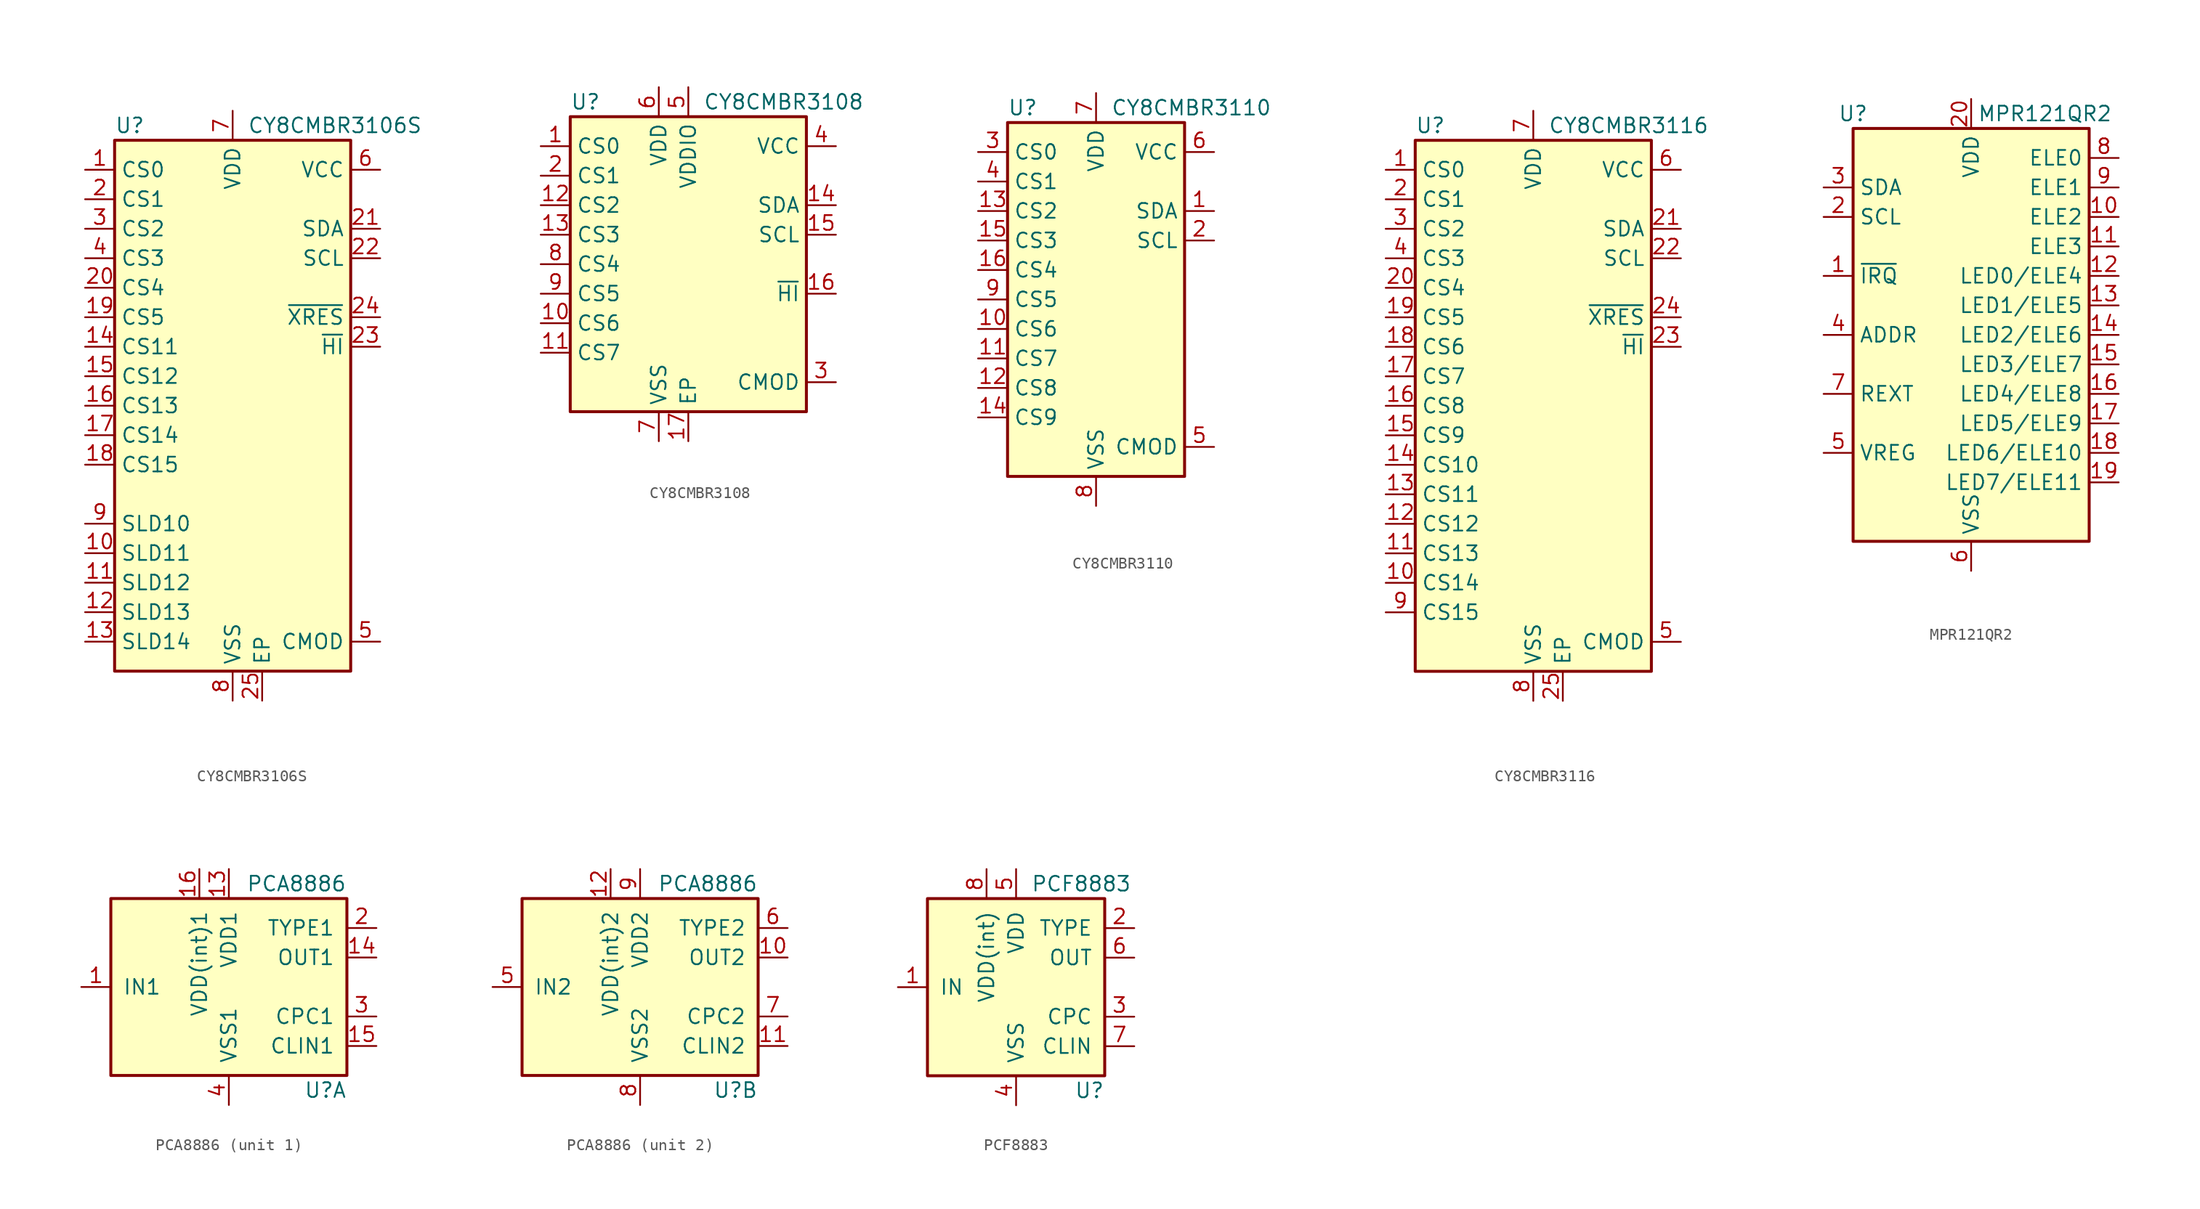
<source format=kicad_sym>
(kicad_symbol_lib
  (version 20201005)
  (generator kicad_symbol_editor)
  (symbol "Sensor_Touch:CY8CMBR3106S"
    (property "Reference" "U"
      (at -10.16 24.13 0)
      (effects (font (size 1.27 1.27)) (justify left)))
    (property "Value" "CY8CMBR3106S"
      (at 1.27 24.13 0)
      (effects (font (size 1.27 1.27)) (justify left)))
    (symbol "CY8CMBR3106S_0_1"
      (rectangle (start -10.16 22.86) (end 10.16 -22.86) (stroke (width 0.254)) (fill (type background))))
    (symbol "CY8CMBR3106S_1_1"
      (pin passive line (at -12.7 20.32 0) (length 2.54) (name "CS0" (effects (font (size 1.27 1.27)))) (number "1" (effects (font (size 1.27 1.27)))))
      (pin passive line (at -12.7 -12.7 0) (length 2.54) (name "SLD11" (effects (font (size 1.27 1.27)))) (number "10" (effects (font (size 1.27 1.27)))))
      (pin passive line (at -12.7 -15.24 0) (length 2.54) (name "SLD12" (effects (font (size 1.27 1.27)))) (number "11" (effects (font (size 1.27 1.27)))))
      (pin passive line (at -12.7 -17.78 0) (length 2.54) (name "SLD13" (effects (font (size 1.27 1.27)))) (number "12" (effects (font (size 1.27 1.27)))))
      (pin passive line (at -12.7 -20.32 0) (length 2.54) (name "SLD14" (effects (font (size 1.27 1.27)))) (number "13" (effects (font (size 1.27 1.27)))))
      (pin passive line (at -12.7 5.08 0) (length 2.54) (name "CS11" (effects (font (size 1.27 1.27)))) (number "14" (effects (font (size 1.27 1.27)))))
      (pin passive line (at -12.7 2.54 0) (length 2.54) (name "CS12" (effects (font (size 1.27 1.27)))) (number "15" (effects (font (size 1.27 1.27)))))
      (pin passive line (at -12.7 0 0) (length 2.54) (name "CS13" (effects (font (size 1.27 1.27)))) (number "16" (effects (font (size 1.27 1.27)))))
      (pin passive line (at -12.7 -2.54 0) (length 2.54) (name "CS14" (effects (font (size 1.27 1.27)))) (number "17" (effects (font (size 1.27 1.27)))))
      (pin passive line (at -12.7 -5.08 0) (length 2.54) (name "CS15" (effects (font (size 1.27 1.27)))) (number "18" (effects (font (size 1.27 1.27)))))
      (pin passive line (at -12.7 7.62 0) (length 2.54) (name "CS5" (effects (font (size 1.27 1.27)))) (number "19" (effects (font (size 1.27 1.27)))))
      (pin passive line (at -12.7 17.78 0) (length 2.54) (name "CS1" (effects (font (size 1.27 1.27)))) (number "2" (effects (font (size 1.27 1.27)))))
      (pin passive line (at -12.7 10.16 0) (length 2.54) (name "CS4" (effects (font (size 1.27 1.27)))) (number "20" (effects (font (size 1.27 1.27)))))
      (pin bidirectional line (at 12.7 15.24 180) (length 2.54) (name "SDA" (effects (font (size 1.27 1.27)))) (number "21" (effects (font (size 1.27 1.27)))))
      (pin input line (at 12.7 12.7 180) (length 2.54) (name "SCL" (effects (font (size 1.27 1.27)))) (number "22" (effects (font (size 1.27 1.27)))))
      (pin bidirectional line (at 12.7 5.08 180) (length 2.54) (name "~HI" (effects (font (size 1.27 1.27)))) (number "23" (effects (font (size 1.27 1.27)))))
      (pin input line (at 12.7 7.62 180) (length 2.54) (name "~XRES" (effects (font (size 1.27 1.27)))) (number "24" (effects (font (size 1.27 1.27)))))
      (pin passive line (at 2.54 -25.4 90) (length 2.54) (name "EP" (effects (font (size 1.27 1.27)))) (number "25" (effects (font (size 1.27 1.27)))))
      (pin passive line (at -12.7 15.24 0) (length 2.54) (name "CS2" (effects (font (size 1.27 1.27)))) (number "3" (effects (font (size 1.27 1.27)))))
      (pin passive line (at -12.7 12.7 0) (length 2.54) (name "CS3" (effects (font (size 1.27 1.27)))) (number "4" (effects (font (size 1.27 1.27)))))
      (pin passive line (at 12.7 -20.32 180) (length 2.54) (name "CMOD" (effects (font (size 1.27 1.27)))) (number "5" (effects (font (size 1.27 1.27)))))
      (pin passive line (at 12.7 20.32 180) (length 2.54) (name "VCC" (effects (font (size 1.27 1.27)))) (number "6" (effects (font (size 1.27 1.27)))))
      (pin power_in line (at 0 25.4 270) (length 2.54) (name "VDD" (effects (font (size 1.27 1.27)))) (number "7" (effects (font (size 1.27 1.27)))))
      (pin power_in line (at 0 -25.4 90) (length 2.54) (name "VSS" (effects (font (size 1.27 1.27)))) (number "8" (effects (font (size 1.27 1.27)))))
      (pin passive line (at -12.7 -10.16 0) (length 2.54) (name "SLD10" (effects (font (size 1.27 1.27)))) (number "9" (effects (font (size 1.27 1.27)))))))
  (symbol "Sensor_Touch:CY8CMBR3108"
    (property "Reference" "U"
      (at -10.16 13.97 0)
      (effects (font (size 1.27 1.27)) (justify left)))
    (property "Value" "CY8CMBR3108"
      (at 1.27 13.97 0)
      (effects (font (size 1.27 1.27)) (justify left)))
    (symbol "CY8CMBR3108_0_1"
      (rectangle (start -10.16 12.7) (end 10.16 -12.7) (stroke (width 0.254)) (fill (type background))))
    (symbol "CY8CMBR3108_1_1"
      (pin passive line (at -12.7 10.16 0) (length 2.54) (name "CS0" (effects (font (size 1.27 1.27)))) (number "1" (effects (font (size 1.27 1.27)))))
      (pin passive line (at -12.7 -5.08 0) (length 2.54) (name "CS6" (effects (font (size 1.27 1.27)))) (number "10" (effects (font (size 1.27 1.27)))))
      (pin passive line (at -12.7 -7.62 0) (length 2.54) (name "CS7" (effects (font (size 1.27 1.27)))) (number "11" (effects (font (size 1.27 1.27)))))
      (pin passive line (at -12.7 5.08 0) (length 2.54) (name "CS2" (effects (font (size 1.27 1.27)))) (number "12" (effects (font (size 1.27 1.27)))))
      (pin passive line (at -12.7 2.54 0) (length 2.54) (name "CS3" (effects (font (size 1.27 1.27)))) (number "13" (effects (font (size 1.27 1.27)))))
      (pin bidirectional line (at 12.7 5.08 180) (length 2.54) (name "SDA" (effects (font (size 1.27 1.27)))) (number "14" (effects (font (size 1.27 1.27)))))
      (pin input line (at 12.7 2.54 180) (length 2.54) (name "SCL" (effects (font (size 1.27 1.27)))) (number "15" (effects (font (size 1.27 1.27)))))
      (pin bidirectional line (at 12.7 -2.54 180) (length 2.54) (name "~HI" (effects (font (size 1.27 1.27)))) (number "16" (effects (font (size 1.27 1.27)))))
      (pin passive line (at 0 -15.24 90) (length 2.54) (name "EP" (effects (font (size 1.27 1.27)))) (number "17" (effects (font (size 1.27 1.27)))))
      (pin passive line (at -12.7 7.62 0) (length 2.54) (name "CS1" (effects (font (size 1.27 1.27)))) (number "2" (effects (font (size 1.27 1.27)))))
      (pin passive line (at 12.7 -10.16 180) (length 2.54) (name "CMOD" (effects (font (size 1.27 1.27)))) (number "3" (effects (font (size 1.27 1.27)))))
      (pin passive line (at 12.7 10.16 180) (length 2.54) (name "VCC" (effects (font (size 1.27 1.27)))) (number "4" (effects (font (size 1.27 1.27)))))
      (pin power_in line (at 0 15.24 270) (length 2.54) (name "VDDIO" (effects (font (size 1.27 1.27)))) (number "5" (effects (font (size 1.27 1.27)))))
      (pin power_in line (at -2.54 15.24 270) (length 2.54) (name "VDD" (effects (font (size 1.27 1.27)))) (number "6" (effects (font (size 1.27 1.27)))))
      (pin power_in line (at -2.54 -15.24 90) (length 2.54) (name "VSS" (effects (font (size 1.27 1.27)))) (number "7" (effects (font (size 1.27 1.27)))))
      (pin passive line (at -12.7 0 0) (length 2.54) (name "CS4" (effects (font (size 1.27 1.27)))) (number "8" (effects (font (size 1.27 1.27)))))
      (pin passive line (at -12.7 -2.54 0) (length 2.54) (name "CS5" (effects (font (size 1.27 1.27)))) (number "9" (effects (font (size 1.27 1.27)))))))
  (symbol "Sensor_Touch:CY8CMBR3110"
    (property "Reference" "U"
      (at -7.62 16.51 0)
      (effects (font (size 1.27 1.27)) (justify left)))
    (property "Value" "CY8CMBR3110"
      (at 1.27 16.51 0)
      (effects (font (size 1.27 1.27)) (justify left)))
    (symbol "CY8CMBR3110_0_1"
      (rectangle (start -7.62 15.24) (end 7.62 -15.24) (stroke (width 0.254)) (fill (type background))))
    (symbol "CY8CMBR3110_1_1"
      (pin bidirectional line (at 10.16 7.62 180) (length 2.54) (name "SDA" (effects (font (size 1.27 1.27)))) (number "1" (effects (font (size 1.27 1.27)))))
      (pin passive line (at -10.16 -2.54 0) (length 2.54) (name "CS6" (effects (font (size 1.27 1.27)))) (number "10" (effects (font (size 1.27 1.27)))))
      (pin passive line (at -10.16 -5.08 0) (length 2.54) (name "CS7" (effects (font (size 1.27 1.27)))) (number "11" (effects (font (size 1.27 1.27)))))
      (pin passive line (at -10.16 -7.62 0) (length 2.54) (name "CS8" (effects (font (size 1.27 1.27)))) (number "12" (effects (font (size 1.27 1.27)))))
      (pin passive line (at -10.16 7.62 0) (length 2.54) (name "CS2" (effects (font (size 1.27 1.27)))) (number "13" (effects (font (size 1.27 1.27)))))
      (pin passive line (at -10.16 -10.16 0) (length 2.54) (name "CS9" (effects (font (size 1.27 1.27)))) (number "14" (effects (font (size 1.27 1.27)))))
      (pin passive line (at -10.16 5.08 0) (length 2.54) (name "CS3" (effects (font (size 1.27 1.27)))) (number "15" (effects (font (size 1.27 1.27)))))
      (pin passive line (at -10.16 2.54 0) (length 2.54) (name "CS4" (effects (font (size 1.27 1.27)))) (number "16" (effects (font (size 1.27 1.27)))))
      (pin input line (at 10.16 5.08 180) (length 2.54) (name "SCL" (effects (font (size 1.27 1.27)))) (number "2" (effects (font (size 1.27 1.27)))))
      (pin passive line (at -10.16 12.7 0) (length 2.54) (name "CS0" (effects (font (size 1.27 1.27)))) (number "3" (effects (font (size 1.27 1.27)))))
      (pin passive line (at -10.16 10.16 0) (length 2.54) (name "CS1" (effects (font (size 1.27 1.27)))) (number "4" (effects (font (size 1.27 1.27)))))
      (pin passive line (at 10.16 -12.7 180) (length 2.54) (name "CMOD" (effects (font (size 1.27 1.27)))) (number "5" (effects (font (size 1.27 1.27)))))
      (pin passive line (at 10.16 12.7 180) (length 2.54) (name "VCC" (effects (font (size 1.27 1.27)))) (number "6" (effects (font (size 1.27 1.27)))))
      (pin power_in line (at 0 17.78 270) (length 2.54) (name "VDD" (effects (font (size 1.27 1.27)))) (number "7" (effects (font (size 1.27 1.27)))))
      (pin power_in line (at 0 -17.78 90) (length 2.54) (name "VSS" (effects (font (size 1.27 1.27)))) (number "8" (effects (font (size 1.27 1.27)))))
      (pin passive line (at -10.16 0 0) (length 2.54) (name "CS5" (effects (font (size 1.27 1.27)))) (number "9" (effects (font (size 1.27 1.27)))))))
  (symbol "Sensor_Touch:CY8CMBR3116"
    (property "Reference" "U"
      (at -10.16 24.13 0)
      (effects (font (size 1.27 1.27)) (justify left)))
    (property "Value" "CY8CMBR3116"
      (at 1.27 24.13 0)
      (effects (font (size 1.27 1.27)) (justify left)))
    (symbol "CY8CMBR3116_0_1"
      (rectangle (start -10.16 22.86) (end 10.16 -22.86) (stroke (width 0.254)) (fill (type background))))
    (symbol "CY8CMBR3116_1_1"
      (pin passive line (at -12.7 20.32 0) (length 2.54) (name "CS0" (effects (font (size 1.27 1.27)))) (number "1" (effects (font (size 1.27 1.27)))))
      (pin passive line (at -12.7 -15.24 0) (length 2.54) (name "CS14" (effects (font (size 1.27 1.27)))) (number "10" (effects (font (size 1.27 1.27)))))
      (pin passive line (at -12.7 -12.7 0) (length 2.54) (name "CS13" (effects (font (size 1.27 1.27)))) (number "11" (effects (font (size 1.27 1.27)))))
      (pin passive line (at -12.7 -10.16 0) (length 2.54) (name "CS12" (effects (font (size 1.27 1.27)))) (number "12" (effects (font (size 1.27 1.27)))))
      (pin passive line (at -12.7 -7.62 0) (length 2.54) (name "CS11" (effects (font (size 1.27 1.27)))) (number "13" (effects (font (size 1.27 1.27)))))
      (pin passive line (at -12.7 -5.08 0) (length 2.54) (name "CS10" (effects (font (size 1.27 1.27)))) (number "14" (effects (font (size 1.27 1.27)))))
      (pin passive line (at -12.7 -2.54 0) (length 2.54) (name "CS9" (effects (font (size 1.27 1.27)))) (number "15" (effects (font (size 1.27 1.27)))))
      (pin passive line (at -12.7 0 0) (length 2.54) (name "CS8" (effects (font (size 1.27 1.27)))) (number "16" (effects (font (size 1.27 1.27)))))
      (pin passive line (at -12.7 2.54 0) (length 2.54) (name "CS7" (effects (font (size 1.27 1.27)))) (number "17" (effects (font (size 1.27 1.27)))))
      (pin passive line (at -12.7 5.08 0) (length 2.54) (name "CS6" (effects (font (size 1.27 1.27)))) (number "18" (effects (font (size 1.27 1.27)))))
      (pin passive line (at -12.7 7.62 0) (length 2.54) (name "CS5" (effects (font (size 1.27 1.27)))) (number "19" (effects (font (size 1.27 1.27)))))
      (pin passive line (at -12.7 17.78 0) (length 2.54) (name "CS1" (effects (font (size 1.27 1.27)))) (number "2" (effects (font (size 1.27 1.27)))))
      (pin passive line (at -12.7 10.16 0) (length 2.54) (name "CS4" (effects (font (size 1.27 1.27)))) (number "20" (effects (font (size 1.27 1.27)))))
      (pin bidirectional line (at 12.7 15.24 180) (length 2.54) (name "SDA" (effects (font (size 1.27 1.27)))) (number "21" (effects (font (size 1.27 1.27)))))
      (pin input line (at 12.7 12.7 180) (length 2.54) (name "SCL" (effects (font (size 1.27 1.27)))) (number "22" (effects (font (size 1.27 1.27)))))
      (pin bidirectional line (at 12.7 5.08 180) (length 2.54) (name "~HI" (effects (font (size 1.27 1.27)))) (number "23" (effects (font (size 1.27 1.27)))))
      (pin input line (at 12.7 7.62 180) (length 2.54) (name "~XRES" (effects (font (size 1.27 1.27)))) (number "24" (effects (font (size 1.27 1.27)))))
      (pin passive line (at 2.54 -25.4 90) (length 2.54) (name "EP" (effects (font (size 1.27 1.27)))) (number "25" (effects (font (size 1.27 1.27)))))
      (pin passive line (at -12.7 15.24 0) (length 2.54) (name "CS2" (effects (font (size 1.27 1.27)))) (number "3" (effects (font (size 1.27 1.27)))))
      (pin passive line (at -12.7 12.7 0) (length 2.54) (name "CS3" (effects (font (size 1.27 1.27)))) (number "4" (effects (font (size 1.27 1.27)))))
      (pin passive line (at 12.7 -20.32 180) (length 2.54) (name "CMOD" (effects (font (size 1.27 1.27)))) (number "5" (effects (font (size 1.27 1.27)))))
      (pin passive line (at 12.7 20.32 180) (length 2.54) (name "VCC" (effects (font (size 1.27 1.27)))) (number "6" (effects (font (size 1.27 1.27)))))
      (pin power_in line (at 0 25.4 270) (length 2.54) (name "VDD" (effects (font (size 1.27 1.27)))) (number "7" (effects (font (size 1.27 1.27)))))
      (pin power_in line (at 0 -25.4 90) (length 2.54) (name "VSS" (effects (font (size 1.27 1.27)))) (number "8" (effects (font (size 1.27 1.27)))))
      (pin passive line (at -12.7 -17.78 0) (length 2.54) (name "CS15" (effects (font (size 1.27 1.27)))) (number "9" (effects (font (size 1.27 1.27)))))))
  (symbol "Sensor_Touch:MPR121QR2"
    (property "Reference" "U"
      (at -10.16 19.05 0)
      (effects (font (size 1.27 1.27))))
    (property "Value" "MPR121QR2"
      (at 6.35 19.05 0)
      (effects (font (size 1.27 1.27))))
    (symbol "MPR121QR2_0_1"
      (rectangle (start -10.16 17.78) (end 10.16 -17.78) (stroke (width 0.254)) (fill (type background))))
    (symbol "MPR121QR2_1_1"
      (pin open_collector line (at -12.7 5.08 0) (length 2.54) (name "~IRQ" (effects (font (size 1.27 1.27)))) (number "1" (effects (font (size 1.27 1.27)))))
      (pin passive line (at 12.7 10.16 180) (length 2.54) (name "ELE2" (effects (font (size 1.27 1.27)))) (number "10" (effects (font (size 1.27 1.27)))))
      (pin passive line (at 12.7 7.62 180) (length 2.54) (name "ELE3" (effects (font (size 1.27 1.27)))) (number "11" (effects (font (size 1.27 1.27)))))
      (pin passive line (at 12.7 5.08 180) (length 2.54) (name "LED0/ELE4" (effects (font (size 1.27 1.27)))) (number "12" (effects (font (size 1.27 1.27)))))
      (pin passive line (at 12.7 2.54 180) (length 2.54) (name "LED1/ELE5" (effects (font (size 1.27 1.27)))) (number "13" (effects (font (size 1.27 1.27)))))
      (pin passive line (at 12.7 0 180) (length 2.54) (name "LED2/ELE6" (effects (font (size 1.27 1.27)))) (number "14" (effects (font (size 1.27 1.27)))))
      (pin passive line (at 12.7 -2.54 180) (length 2.54) (name "LED3/ELE7" (effects (font (size 1.27 1.27)))) (number "15" (effects (font (size 1.27 1.27)))))
      (pin passive line (at 12.7 -5.08 180) (length 2.54) (name "LED4/ELE8" (effects (font (size 1.27 1.27)))) (number "16" (effects (font (size 1.27 1.27)))))
      (pin passive line (at 12.7 -7.62 180) (length 2.54) (name "LED5/ELE9" (effects (font (size 1.27 1.27)))) (number "17" (effects (font (size 1.27 1.27)))))
      (pin passive line (at 12.7 -10.16 180) (length 2.54) (name "LED6/ELE10" (effects (font (size 1.27 1.27)))) (number "18" (effects (font (size 1.27 1.27)))))
      (pin passive line (at 12.7 -12.7 180) (length 2.54) (name "LED7/ELE11" (effects (font (size 1.27 1.27)))) (number "19" (effects (font (size 1.27 1.27)))))
      (pin input line (at -12.7 10.16 0) (length 2.54) (name "SCL" (effects (font (size 1.27 1.27)))) (number "2" (effects (font (size 1.27 1.27)))))
      (pin power_in line (at 0 20.32 270) (length 2.54) (name "VDD" (effects (font (size 1.27 1.27)))) (number "20" (effects (font (size 1.27 1.27)))))
      (pin bidirectional line (at -12.7 12.7 0) (length 2.54) (name "SDA" (effects (font (size 1.27 1.27)))) (number "3" (effects (font (size 1.27 1.27)))))
      (pin input line (at -12.7 0 0) (length 2.54) (name "ADDR" (effects (font (size 1.27 1.27)))) (number "4" (effects (font (size 1.27 1.27)))))
      (pin passive line (at -12.7 -10.16 0) (length 2.54) (name "VREG" (effects (font (size 1.27 1.27)))) (number "5" (effects (font (size 1.27 1.27)))))
      (pin power_in line (at 0 -20.32 90) (length 2.54) (name "VSS" (effects (font (size 1.27 1.27)))) (number "6" (effects (font (size 1.27 1.27)))))
      (pin passive line (at -12.7 -5.08 0) (length 2.54) (name "REXT" (effects (font (size 1.27 1.27)))) (number "7" (effects (font (size 1.27 1.27)))))
      (pin passive line (at 12.7 15.24 180) (length 2.54) (name "ELE0" (effects (font (size 1.27 1.27)))) (number "8" (effects (font (size 1.27 1.27)))))
      (pin passive line (at 12.7 12.7 180) (length 2.54) (name "ELE1" (effects (font (size 1.27 1.27)))) (number "9" (effects (font (size 1.27 1.27)))))))
  (symbol "Sensor_Touch:PCA8886"
    (pin_names
      (offset 1.016))
    (property "Reference" "U"
      (at 10.16 -8.89 0)
      (effects (font (size 1.27 1.27)) (justify right)))
    (property "Value" "PCA8886"
      (at 10.16 8.89 0)
      (effects (font (size 1.27 1.27)) (justify right)))
    (property "ki_locked" ""
      (at 0 0 0)
      (effects (font (size 1.27 1.27))))
    (symbol "PCA8886_0_1"
      (rectangle (start 10.16 -7.62) (end -10.16 7.62) (stroke (width 0.254)) (fill (type background))))
    (symbol "PCA8886_1_1"
      (pin input line (at -12.7 0 0) (length 2.54) (name "IN1" (effects (font (size 1.27 1.27)))) (number "1" (effects (font (size 1.27 1.27)))))
      (pin power_in line (at 0 10.16 270) (length 2.54) (name "VDD1" (effects (font (size 1.27 1.27)))) (number "13" (effects (font (size 1.27 1.27)))))
      (pin output line (at 12.7 2.54 180) (length 2.54) (name "OUT1" (effects (font (size 1.27 1.27)))) (number "14" (effects (font (size 1.27 1.27)))))
      (pin bidirectional line (at 12.7 -5.08 180) (length 2.54) (name "CLIN1" (effects (font (size 1.27 1.27)))) (number "15" (effects (font (size 1.27 1.27)))))
      (pin power_out line (at -2.54 10.16 270) (length 2.54) (name "VDD(int)1" (effects (font (size 1.27 1.27)))) (number "16" (effects (font (size 1.27 1.27)))))
      (pin input line (at 12.7 5.08 180) (length 2.54) (name "TYPE1" (effects (font (size 1.27 1.27)))) (number "2" (effects (font (size 1.27 1.27)))))
      (pin bidirectional line (at 12.7 -2.54 180) (length 2.54) (name "CPC1" (effects (font (size 1.27 1.27)))) (number "3" (effects (font (size 1.27 1.27)))))
      (pin power_in line (at 0 -10.16 90) (length 2.54) (name "VSS1" (effects (font (size 1.27 1.27)))) (number "4" (effects (font (size 1.27 1.27))))))
    (symbol "PCA8886_2_1"
      (pin output line (at 12.7 2.54 180) (length 2.54) (name "OUT2" (effects (font (size 1.27 1.27)))) (number "10" (effects (font (size 1.27 1.27)))))
      (pin bidirectional line (at 12.7 -5.08 180) (length 2.54) (name "CLIN2" (effects (font (size 1.27 1.27)))) (number "11" (effects (font (size 1.27 1.27)))))
      (pin power_out line (at -2.54 10.16 270) (length 2.54) (name "VDD(int)2" (effects (font (size 1.27 1.27)))) (number "12" (effects (font (size 1.27 1.27)))))
      (pin input line (at -12.7 0 0) (length 2.54) (name "IN2" (effects (font (size 1.27 1.27)))) (number "5" (effects (font (size 1.27 1.27)))))
      (pin input line (at 12.7 5.08 180) (length 2.54) (name "TYPE2" (effects (font (size 1.27 1.27)))) (number "6" (effects (font (size 1.27 1.27)))))
      (pin bidirectional line (at 12.7 -2.54 180) (length 2.54) (name "CPC2" (effects (font (size 1.27 1.27)))) (number "7" (effects (font (size 1.27 1.27)))))
      (pin power_in line (at 0 -10.16 90) (length 2.54) (name "VSS2" (effects (font (size 1.27 1.27)))) (number "8" (effects (font (size 1.27 1.27)))))
      (pin power_in line (at 0 10.16 270) (length 2.54) (name "VDD2" (effects (font (size 1.27 1.27)))) (number "9" (effects (font (size 1.27 1.27)))))))
  (symbol "Sensor_Touch:PCF8883"
    (pin_names
      (offset 1.016))
    (property "Reference" "U"
      (at 7.62 -8.89 0)
      (effects (font (size 1.27 1.27)) (justify right)))
    (property "Value" "PCF8883"
      (at 1.27 8.89 0)
      (effects (font (size 1.27 1.27)) (justify left)))
    (symbol "PCF8883_0_1"
      (rectangle (start 7.62 -7.62) (end -7.62 7.62) (stroke (width 0.254)) (fill (type background))))
    (symbol "PCF8883_1_1"
      (pin input line (at -10.16 0 0) (length 2.54) (name "IN" (effects (font (size 1.27 1.27)))) (number "1" (effects (font (size 1.27 1.27)))))
      (pin input line (at 10.16 5.08 180) (length 2.54) (name "TYPE" (effects (font (size 1.27 1.27)))) (number "2" (effects (font (size 1.27 1.27)))))
      (pin bidirectional line (at 10.16 -2.54 180) (length 2.54) (name "CPC" (effects (font (size 1.27 1.27)))) (number "3" (effects (font (size 1.27 1.27)))))
      (pin power_in line (at 0 -10.16 90) (length 2.54) (name "VSS" (effects (font (size 1.27 1.27)))) (number "4" (effects (font (size 1.27 1.27)))))
      (pin power_in line (at 0 10.16 270) (length 2.54) (name "VDD" (effects (font (size 1.27 1.27)))) (number "5" (effects (font (size 1.27 1.27)))))
      (pin output line (at 10.16 2.54 180) (length 2.54) (name "OUT" (effects (font (size 1.27 1.27)))) (number "6" (effects (font (size 1.27 1.27)))))
      (pin bidirectional line (at 10.16 -5.08 180) (length 2.54) (name "CLIN" (effects (font (size 1.27 1.27)))) (number "7" (effects (font (size 1.27 1.27)))))
      (pin power_out line (at -2.54 10.16 270) (length 2.54) (name "VDD(int)" (effects (font (size 1.27 1.27)))) (number "8" (effects (font (size 1.27 1.27))))))))
</source>
